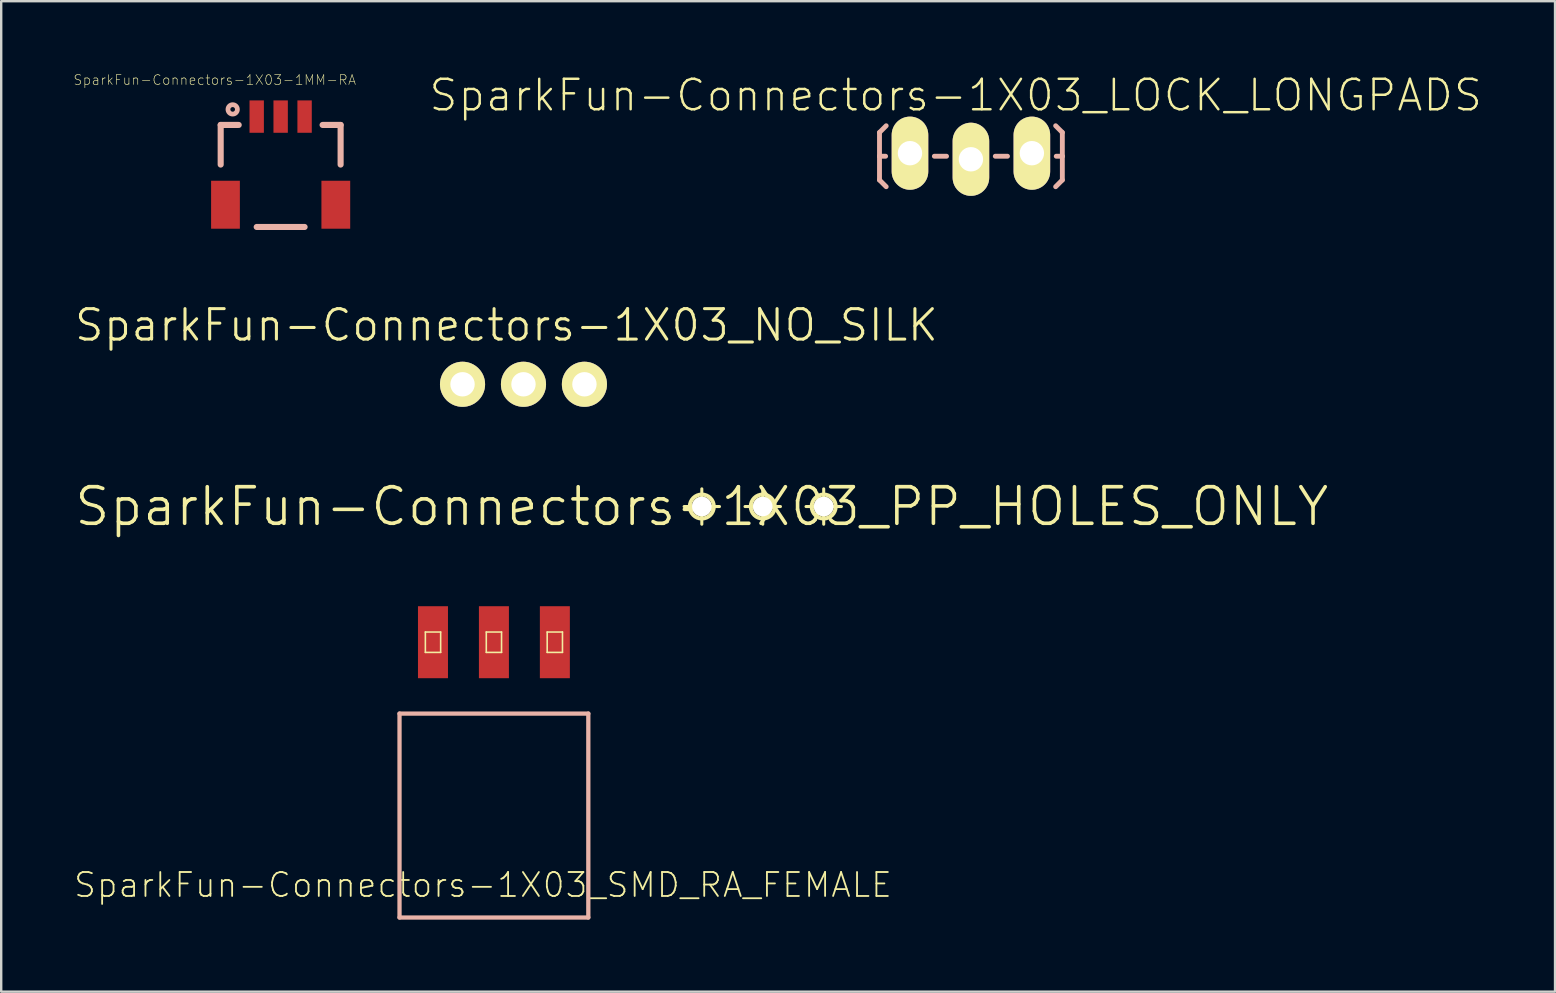
<source format=kicad_pcb>
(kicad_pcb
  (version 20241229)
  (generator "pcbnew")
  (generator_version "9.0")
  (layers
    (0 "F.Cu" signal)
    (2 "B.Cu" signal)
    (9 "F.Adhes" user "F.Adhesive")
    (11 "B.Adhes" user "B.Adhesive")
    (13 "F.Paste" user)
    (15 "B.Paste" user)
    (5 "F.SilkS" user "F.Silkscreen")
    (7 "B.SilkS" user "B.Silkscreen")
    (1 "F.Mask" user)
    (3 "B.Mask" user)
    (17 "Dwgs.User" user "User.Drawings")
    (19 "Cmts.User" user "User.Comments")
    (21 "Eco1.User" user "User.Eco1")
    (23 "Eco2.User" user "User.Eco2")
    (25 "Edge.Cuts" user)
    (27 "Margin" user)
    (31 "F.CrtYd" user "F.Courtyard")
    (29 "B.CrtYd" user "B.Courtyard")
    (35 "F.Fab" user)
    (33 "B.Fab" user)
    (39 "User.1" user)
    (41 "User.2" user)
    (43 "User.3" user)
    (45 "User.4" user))
  (footprint "SparkFun-Connectors-1X03_LOCK_LONGPADS"
    (layer "F.Cu")
    (at 34.873 3.334)
    (property "Reference" "SparkFun-Connectors-1X03_LOCK_LONGPADS" (at 1.905 -2.413 0) (layer "F.SilkS") (effects (font (size 1.27 1.27) (thickness 0.102))))
    (attr exclude_from_pos_files exclude_from_bom)
    (fp_line (start -0.292 -0.165) (end 0.292 -0.165) (stroke (width 0.066) (type solid)) (layer "F.SilkS"))
    (fp_line (start -0.292 0.419) (end -0.292 -0.165) (stroke (width 0.066) (type solid)) (layer "F.SilkS"))
    (fp_line (start -0.292 0.419) (end 0.292 0.419) (stroke (width 0.066) (type solid)) (layer "F.SilkS"))
    (fp_line (start 0.292 0.419) (end 0.292 -0.165) (stroke (width 0.066) (type solid)) (layer "F.SilkS"))
    (fp_line (start 2.248 -0.165) (end 2.832 -0.165) (stroke (width 0.066) (type solid)) (layer "F.SilkS"))
    (fp_line (start 2.248 0.419) (end 2.248 -0.165) (stroke (width 0.066) (type solid)) (layer "F.SilkS"))
    (fp_line (start 2.248 0.419) (end 2.832 0.419) (stroke (width 0.066) (type solid)) (layer "F.SilkS"))
    (fp_line (start 2.832 0.419) (end 2.832 -0.165) (stroke (width 0.066) (type solid)) (layer "F.SilkS"))
    (fp_line (start 4.788 -0.165) (end 5.372 -0.165) (stroke (width 0.066) (type solid)) (layer "F.SilkS"))
    (fp_line (start 4.788 0.419) (end 4.788 -0.165) (stroke (width 0.066) (type solid)) (layer "F.SilkS"))
    (fp_line (start 4.788 0.419) (end 5.372 0.419) (stroke (width 0.066) (type solid)) (layer "F.SilkS"))
    (fp_line (start 5.372 0.419) (end 5.372 -0.165) (stroke (width 0.066) (type solid)) (layer "F.SilkS"))
    (fp_line (start -1.27 -0.864) (end -0.991 -1.143) (stroke (width 0.203) (type solid)) (layer "B.SilkS"))
    (fp_line (start -1.27 0.127) (end -1.27 -0.864) (stroke (width 0.203) (type solid)) (layer "B.SilkS"))
    (fp_line (start -1.27 0.127) (end -1.27 1.118) (stroke (width 0.203) (type solid)) (layer "B.SilkS"))
    (fp_line (start -1.27 0.127) (end -1.016 0.127) (stroke (width 0.203) (type solid)) (layer "B.SilkS"))
    (fp_line (start -1.27 1.118) (end -0.991 1.397) (stroke (width 0.203) (type solid)) (layer "B.SilkS"))
    (fp_line (start 1.524 0.127) (end 1.016 0.127) (stroke (width 0.203) (type solid)) (layer "B.SilkS"))
    (fp_line (start 4.064 0.127) (end 3.556 0.127) (stroke (width 0.203) (type solid)) (layer "B.SilkS"))
    (fp_line (start 6.35 -0.864) (end 6.071 -1.143) (stroke (width 0.203) (type solid)) (layer "B.SilkS"))
    (fp_line (start 6.35 0.127) (end 6.096 0.127) (stroke (width 0.203) (type solid)) (layer "B.SilkS"))
    (fp_line (start 6.35 0.127) (end 6.35 -0.864) (stroke (width 0.203) (type solid)) (layer "B.SilkS"))
    (fp_line (start 6.35 0.127) (end 6.35 1.118) (stroke (width 0.203) (type solid)) (layer "B.SilkS"))
    (fp_line (start 6.35 1.118) (end 6.071 1.397) (stroke (width 0.203) (type solid)) (layer "B.SilkS"))
    (pad "1" thru_hole oval (at 0 0 180) (size 1.524 3.048) (drill 1.016) (layers "*.Cu" "F.Mask" "F.SilkS" "F.Paste"))
    (pad "2" thru_hole oval (at 2.54 0.254 180) (size 1.524 3.048) (drill 1.016) (layers "*.Cu" "F.Mask" "F.SilkS" "F.Paste"))
    (pad "3" thru_hole oval (at 5.08 0 180) (size 1.524 3.048) (drill 1.016) (layers "*.Cu" "F.Mask" "F.SilkS" "F.Paste")))
  (footprint "SparkFun-Connectors-1X03_PP_HOLES_ONLY"
    (layer "F.Cu")
    (at 26.198 18.06)
    (property "Reference" "SparkFun-Connectors-1X03_PP_HOLES_ONLY" (at 0 0 0) (layer "F.SilkS") (effects (font (size 1.524 1.524) (thickness 0.15))))
    (attr exclude_from_pos_files exclude_from_bom)
    (fp_line (start -0.737 0) (end 0.737 0) (stroke (width 0.127) (type solid)) (layer "F.SilkS"))
    (fp_line (start 0 0.737) (end 0 -0.737) (stroke (width 0.127) (type solid)) (layer "F.SilkS"))
    (fp_line (start 1.801 0) (end 3.277 0) (stroke (width 0.127) (type solid)) (layer "F.SilkS"))
    (fp_line (start 2.54 0.737) (end 2.54 -0.737) (stroke (width 0.127) (type solid)) (layer "F.SilkS"))
    (fp_line (start 4.343 0) (end 5.817 0) (stroke (width 0.127) (type solid)) (layer "F.SilkS"))
    (fp_line (start 5.08 0.737) (end 5.08 -0.737) (stroke (width 0.127) (type solid)) (layer "F.SilkS"))
    (fp_circle (center 0 0) (end -0.368 0.368) (stroke (width 0.127) (type solid)) (fill no) (layer "F.SilkS"))
    (fp_circle (center 0 0) (end -0.318 0.318) (stroke (width 0.064) (type solid)) (fill no) (layer "F.SilkS"))
    (fp_circle (center 2.54 0) (end 2.857 0.318) (stroke (width 0.064) (type solid)) (fill no) (layer "F.SilkS"))
    (fp_circle (center 2.54 0) (end 2.908 0.368) (stroke (width 0.127) (type solid)) (fill no) (layer "F.SilkS"))
    (fp_circle (center 5.08 0) (end 5.397 0.318) (stroke (width 0.064) (type solid)) (fill no) (layer "F.SilkS"))
    (fp_circle (center 5.08 0) (end 5.448 0.368) (stroke (width 0.127) (type solid)) (fill no) (layer "F.SilkS"))
    (pad "1" thru_hole circle (at 0 0) (size 0.813 0.813) (drill 0.899) (layers "*.Cu" "F.Mask" "F.SilkS" "F.Paste"))
    (pad "2" thru_hole circle (at 2.54 0) (size 0.813 0.813) (drill 0.899) (layers "*.Cu" "F.Mask" "F.SilkS" "F.Paste"))
    (pad "3" thru_hole circle (at 5.08 0) (size 0.813 0.813) (drill 0.899) (layers "*.Cu" "F.Mask" "F.SilkS" "F.Paste")))
  (footprint "SparkFun-Connectors-1X03_NO_SILK"
    (layer "F.Cu")
    (at 16.226 12.965)
    (property "Reference" "SparkFun-Connectors-1X03_NO_SILK" (at 1.829 -2.464 0) (layer "F.SilkS") (effects (font (size 1.27 1.27) (thickness 0.127))))
    (attr exclude_from_pos_files exclude_from_bom)
    (fp_line (start -0.254 -0.254) (end 0.254 -0.254) (stroke (width 0.066) (type solid)) (layer "F.SilkS"))
    (fp_line (start -0.254 0.254) (end -0.254 -0.254) (stroke (width 0.066) (type solid)) (layer "F.SilkS"))
    (fp_line (start -0.254 0.254) (end 0.254 0.254) (stroke (width 0.066) (type solid)) (layer "F.SilkS"))
    (fp_line (start 0.254 0.254) (end 0.254 -0.254) (stroke (width 0.066) (type solid)) (layer "F.SilkS"))
    (fp_line (start 2.286 -0.254) (end 2.794 -0.254) (stroke (width 0.066) (type solid)) (layer "F.SilkS"))
    (fp_line (start 2.286 0.254) (end 2.286 -0.254) (stroke (width 0.066) (type solid)) (layer "F.SilkS"))
    (fp_line (start 2.286 0.254) (end 2.794 0.254) (stroke (width 0.066) (type solid)) (layer "F.SilkS"))
    (fp_line (start 2.794 0.254) (end 2.794 -0.254) (stroke (width 0.066) (type solid)) (layer "F.SilkS"))
    (fp_line (start 4.826 -0.254) (end 5.334 -0.254) (stroke (width 0.066) (type solid)) (layer "F.SilkS"))
    (fp_line (start 4.826 0.254) (end 4.826 -0.254) (stroke (width 0.066) (type solid)) (layer "F.SilkS"))
    (fp_line (start 4.826 0.254) (end 5.334 0.254) (stroke (width 0.066) (type solid)) (layer "F.SilkS"))
    (fp_line (start 5.334 0.254) (end 5.334 -0.254) (stroke (width 0.066) (type solid)) (layer "F.SilkS"))
    (pad "1" thru_hole circle (at 0 0) (size 1.88 1.88) (drill 1.016) (layers "*.Cu" "F.Mask" "F.SilkS" "F.Paste"))
    (pad "2" thru_hole circle (at 2.54 0) (size 1.88 1.88) (drill 1.016) (layers "*.Cu" "F.Mask" "F.SilkS" "F.Paste"))
    (pad "3" thru_hole circle (at 5.08 0) (size 1.88 1.88) (drill 1.016) (layers "*.Cu" "F.Mask" "F.SilkS" "F.Paste")))
  (footprint "SparkFun-Connectors-1X03-1MM-RA"
    (layer "F.Cu")
    (at 8.646 1.809)
    (property "Reference" "SparkFun-Connectors-1X03-1MM-RA" (at -2.746 -1.527 180) (layer "F.SilkS") (effects (font (size 0.406 0.406) (thickness 0.025))))
    (attr smd)
    (fp_line (start -2.499 0.348) (end -1.748 0.348) (stroke (width 0.254) (type solid)) (layer "B.SilkS"))
    (fp_line (start -2.499 1.999) (end -2.499 0.348) (stroke (width 0.254) (type solid)) (layer "B.SilkS"))
    (fp_line (start -0.998 4.6) (end 0.998 4.6) (stroke (width 0.254) (type solid)) (layer "B.SilkS"))
    (fp_line (start 1.748 0.348) (end 2.499 0.348) (stroke (width 0.254) (type solid)) (layer "B.SilkS"))
    (fp_line (start 2.499 0.348) (end 2.499 1.999) (stroke (width 0.254) (type solid)) (layer "B.SilkS"))
    (fp_circle (center -1.999 -0.3) (end -2.068 -0.368) (stroke (width 0.198) (type solid)) (fill no) (layer "B.SilkS"))
    (pad "1" smd rect (at -0.998 0) (size 0.599 1.349) (layers "F.Cu" "F.Mask" "F.Paste"))
    (pad "2" smd rect (at 0 0) (size 0.599 1.349) (layers "F.Cu" "F.Mask" "F.Paste"))
    (pad "3" smd rect (at 0.998 0) (size 0.599 1.349) (layers "F.Cu" "F.Mask" "F.Paste"))
    (pad "NC1" smd rect (at 2.299 3.673) (size 1.199 1.999) (layers "F.Cu" "F.Mask" "F.Paste"))
    (pad "NC2" smd rect (at -2.299 3.673) (size 1.199 1.999) (layers "F.Cu" "F.Mask" "F.Paste")))
  (footprint "SparkFun-Connectors-1X03_SMD_RA_FEMALE"
    (layer "F.Cu")
    (at 17.534 30.938)
    (property "Reference" "SparkFun-Connectors-1X03_SMD_RA_FEMALE" (at -0.455 2.893 0) (layer "F.SilkS") (effects (font (size 0.998 0.998) (thickness 0.076))))
    (attr smd)
    (fp_line (start -2.857 -7.648) (end -2.22 -7.648) (stroke (width 0.066) (type solid)) (layer "F.SilkS"))
    (fp_line (start -2.857 -6.8) (end -2.857 -7.648) (stroke (width 0.066) (type solid)) (layer "F.SilkS"))
    (fp_line (start -2.857 -6.8) (end -2.22 -6.8) (stroke (width 0.066) (type solid)) (layer "F.SilkS"))
    (fp_line (start -2.22 -6.8) (end -2.22 -7.648) (stroke (width 0.066) (type solid)) (layer "F.SilkS"))
    (fp_line (start -0.318 -7.648) (end 0.318 -7.648) (stroke (width 0.066) (type solid)) (layer "F.SilkS"))
    (fp_line (start -0.318 -6.8) (end -0.318 -7.648) (stroke (width 0.066) (type solid)) (layer "F.SilkS"))
    (fp_line (start -0.318 -6.8) (end 0.318 -6.8) (stroke (width 0.066) (type solid)) (layer "F.SilkS"))
    (fp_line (start 0.318 -6.8) (end 0.318 -7.648) (stroke (width 0.066) (type solid)) (layer "F.SilkS"))
    (fp_line (start 2.22 -7.648) (end 2.857 -7.648) (stroke (width 0.066) (type solid)) (layer "F.SilkS"))
    (fp_line (start 2.22 -6.8) (end 2.22 -7.648) (stroke (width 0.066) (type solid)) (layer "F.SilkS"))
    (fp_line (start 2.22 -6.8) (end 2.857 -6.8) (stroke (width 0.066) (type solid)) (layer "F.SilkS"))
    (fp_line (start 2.857 -6.8) (end 2.857 -7.648) (stroke (width 0.066) (type solid)) (layer "F.SilkS"))
    (fp_line (start -3.934 -4.249) (end -3.934 4.249) (stroke (width 0.178) (type solid)) (layer "B.SilkS"))
    (fp_line (start -3.934 4.249) (end 3.934 4.249) (stroke (width 0.178) (type solid)) (layer "B.SilkS"))
    (fp_line (start 3.934 -4.249) (end -3.934 -4.249) (stroke (width 0.178) (type solid)) (layer "B.SilkS"))
    (fp_line (start 3.934 4.249) (end 3.934 -4.249) (stroke (width 0.178) (type solid)) (layer "B.SilkS"))
    (pad "1" smd rect (at -2.54 -7.224 180) (size 1.25 3) (layers "F.Cu" "F.Mask" "F.Paste"))
    (pad "2" smd rect (at 0 -7.224 180) (size 1.25 3) (layers "F.Cu" "F.Mask" "F.Paste"))
    (pad "3" smd rect (at 2.54 -7.224 180) (size 1.25 3) (layers "F.Cu" "F.Mask" "F.Paste")))
  (gr_rect
    (start -3 -3)
    (end 61.756 38.277)
    (stroke (width 0.1) (type default))
    (fill no)
    (layer "Edge.Cuts")))
</source>
